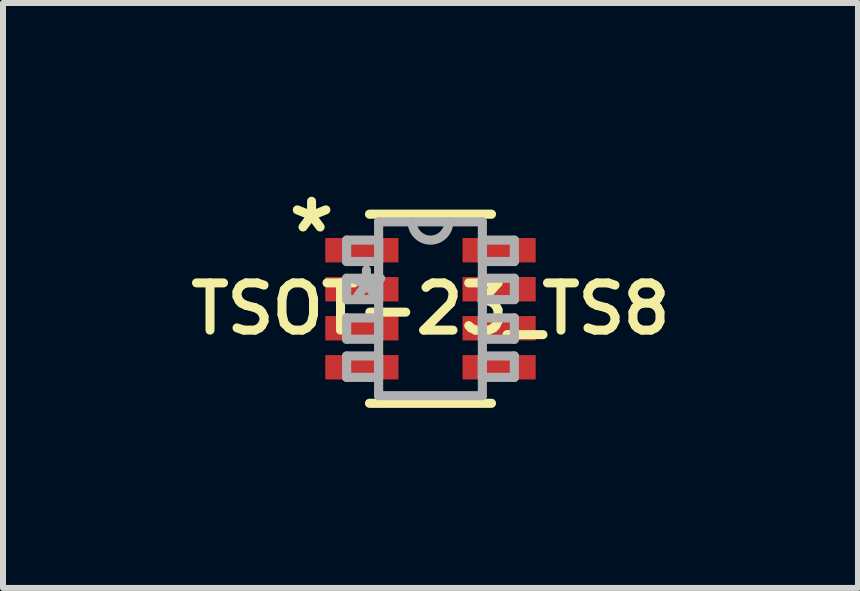
<source format=kicad_pcb>
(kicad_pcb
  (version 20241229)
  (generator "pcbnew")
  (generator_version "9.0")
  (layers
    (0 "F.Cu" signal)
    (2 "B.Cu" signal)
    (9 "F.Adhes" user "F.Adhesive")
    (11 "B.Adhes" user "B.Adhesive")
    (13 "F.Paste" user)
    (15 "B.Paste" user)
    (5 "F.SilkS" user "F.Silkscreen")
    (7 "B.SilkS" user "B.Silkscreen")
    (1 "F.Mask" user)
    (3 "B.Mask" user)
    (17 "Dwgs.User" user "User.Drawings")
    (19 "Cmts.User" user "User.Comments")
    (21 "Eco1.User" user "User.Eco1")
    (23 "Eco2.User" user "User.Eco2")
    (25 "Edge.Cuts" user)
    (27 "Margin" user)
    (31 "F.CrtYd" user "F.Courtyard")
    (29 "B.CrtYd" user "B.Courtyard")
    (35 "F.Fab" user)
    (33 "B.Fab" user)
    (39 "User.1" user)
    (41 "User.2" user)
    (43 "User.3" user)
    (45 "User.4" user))
  (footprint "TSOT-23_TS8"
    (layer "F.Cu")
    (at 4.121 2.093)
    (property "Reference" "TSOT-23_TS8" (at 0 0 0) (layer "F.SilkS") (effects (font (size 0.787 0.787) (thickness 0.15))))
    (attr through_hole)
    (fp_line (start -1.016 1.575) (end 1.016 1.575) (stroke (width 0.152) (type solid)) (layer "F.SilkS"))
    (fp_line (start 1.016 -1.575) (end -1.016 -1.575) (stroke (width 0.152) (type solid)) (layer "F.SilkS"))
    (fp_line (start -1.397 -1.143) (end -1.397 -0.787) (stroke (width 0.152) (type solid)) (layer "F.Fab"))
    (fp_line (start -1.397 -0.787) (end -0.864 -0.787) (stroke (width 0.152) (type solid)) (layer "F.Fab"))
    (fp_line (start -1.397 -0.508) (end -1.397 -0.152) (stroke (width 0.152) (type solid)) (layer "F.Fab"))
    (fp_line (start -1.397 -0.152) (end -0.864 -0.152) (stroke (width 0.152) (type solid)) (layer "F.Fab"))
    (fp_line (start -1.397 0.152) (end -1.397 0.508) (stroke (width 0.152) (type solid)) (layer "F.Fab"))
    (fp_line (start -1.397 0.508) (end -0.864 0.508) (stroke (width 0.152) (type solid)) (layer "F.Fab"))
    (fp_line (start -1.397 0.787) (end -1.397 1.143) (stroke (width 0.152) (type solid)) (layer "F.Fab"))
    (fp_line (start -1.397 1.143) (end -0.864 1.143) (stroke (width 0.152) (type solid)) (layer "F.Fab"))
    (fp_line (start -0.864 -1.448) (end -0.864 1.448) (stroke (width 0.152) (type solid)) (layer "F.Fab"))
    (fp_line (start -0.864 -1.143) (end -1.397 -1.143) (stroke (width 0.152) (type solid)) (layer "F.Fab"))
    (fp_line (start -0.864 -0.787) (end -0.864 -1.143) (stroke (width 0.152) (type solid)) (layer "F.Fab"))
    (fp_line (start -0.864 -0.508) (end -1.397 -0.508) (stroke (width 0.152) (type solid)) (layer "F.Fab"))
    (fp_line (start -0.864 -0.152) (end -0.864 -0.508) (stroke (width 0.152) (type solid)) (layer "F.Fab"))
    (fp_line (start -0.864 0.152) (end -1.397 0.152) (stroke (width 0.152) (type solid)) (layer "F.Fab"))
    (fp_line (start -0.864 0.508) (end -0.864 0.152) (stroke (width 0.152) (type solid)) (layer "F.Fab"))
    (fp_line (start -0.864 0.787) (end -1.397 0.787) (stroke (width 0.152) (type solid)) (layer "F.Fab"))
    (fp_line (start -0.864 1.143) (end -0.864 0.787) (stroke (width 0.152) (type solid)) (layer "F.Fab"))
    (fp_line (start -0.864 1.448) (end 0.864 1.448) (stroke (width 0.152) (type solid)) (layer "F.Fab"))
    (fp_line (start -0.305 -1.448) (end -0.864 -1.448) (stroke (width 0.152) (type solid)) (layer "F.Fab"))
    (fp_line (start 0.305 -1.448) (end -0.305 -1.448) (stroke (width 0.152) (type solid)) (layer "F.Fab"))
    (fp_line (start 0.864 -1.448) (end 0.305 -1.448) (stroke (width 0.152) (type solid)) (layer "F.Fab"))
    (fp_line (start 0.864 -1.143) (end 0.864 -0.787) (stroke (width 0.152) (type solid)) (layer "F.Fab"))
    (fp_line (start 0.864 -0.787) (end 1.397 -0.787) (stroke (width 0.152) (type solid)) (layer "F.Fab"))
    (fp_line (start 0.864 -0.508) (end 0.864 -0.152) (stroke (width 0.152) (type solid)) (layer "F.Fab"))
    (fp_line (start 0.864 -0.152) (end 1.397 -0.152) (stroke (width 0.152) (type solid)) (layer "F.Fab"))
    (fp_line (start 0.864 0.152) (end 0.864 0.508) (stroke (width 0.152) (type solid)) (layer "F.Fab"))
    (fp_line (start 0.864 0.508) (end 1.397 0.508) (stroke (width 0.152) (type solid)) (layer "F.Fab"))
    (fp_line (start 0.864 0.787) (end 0.864 1.143) (stroke (width 0.152) (type solid)) (layer "F.Fab"))
    (fp_line (start 0.864 1.143) (end 1.397 1.143) (stroke (width 0.152) (type solid)) (layer "F.Fab"))
    (fp_line (start 0.864 1.448) (end 0.864 -1.448) (stroke (width 0.152) (type solid)) (layer "F.Fab"))
    (fp_line (start 1.397 -1.143) (end 0.864 -1.143) (stroke (width 0.152) (type solid)) (layer "F.Fab"))
    (fp_line (start 1.397 -0.787) (end 1.397 -1.143) (stroke (width 0.152) (type solid)) (layer "F.Fab"))
    (fp_line (start 1.397 -0.508) (end 0.864 -0.508) (stroke (width 0.152) (type solid)) (layer "F.Fab"))
    (fp_line (start 1.397 -0.152) (end 1.397 -0.508) (stroke (width 0.152) (type solid)) (layer "F.Fab"))
    (fp_line (start 1.397 0.152) (end 0.864 0.152) (stroke (width 0.152) (type solid)) (layer "F.Fab"))
    (fp_line (start 1.397 0.508) (end 1.397 0.152) (stroke (width 0.152) (type solid)) (layer "F.Fab"))
    (fp_line (start 1.397 0.787) (end 0.864 0.787) (stroke (width 0.152) (type solid)) (layer "F.Fab"))
    (fp_line (start 1.397 1.143) (end 1.397 0.787) (stroke (width 0.152) (type solid)) (layer "F.Fab"))
    (fp_arc (start 0.3048 -1.4478) (mid 0 -1.143) (end -0.3048 -1.4478) (stroke (width 0.1524) (type solid)) (layer "F.Fab"))
    (fp_text user "*" (at -1.981 -1.245 0) (layer "F.SilkS") (effects (font (size 1 1) (thickness 0.15))))
    (fp_text user "*" (at -1.067 -0.102 0) (layer "F.Fab") (effects (font (size 1 1) (thickness 0.15))))
    (pad "1" smd rect (at -1.143 -0.975) (size 1.219 0.406) (layers "F.Cu" "F.Mask" "F.Paste"))
    (pad "2" smd rect (at -1.143 -0.325) (size 1.219 0.406) (layers "F.Cu" "F.Mask" "F.Paste"))
    (pad "3" smd rect (at -1.143 0.325) (size 1.219 0.406) (layers "F.Cu" "F.Mask" "F.Paste"))
    (pad "4" smd rect (at -1.143 0.975) (size 1.219 0.406) (layers "F.Cu" "F.Mask" "F.Paste"))
    (pad "5" smd rect (at 1.143 0.975) (size 1.219 0.406) (layers "F.Cu" "F.Mask" "F.Paste"))
    (pad "6" smd rect (at 1.143 0.325) (size 1.219 0.406) (layers "F.Cu" "F.Mask" "F.Paste"))
    (pad "7" smd rect (at 1.143 -0.325) (size 1.219 0.406) (layers "F.Cu" "F.Mask" "F.Paste"))
    (pad "8" smd rect (at 1.143 -0.975) (size 1.219 0.406) (layers "F.Cu" "F.Mask" "F.Paste")))
  (gr_rect
    (start -3 -3)
    (end 11.242 6.744)
    (stroke (width 0.1) (type default))
    (fill no)
    (layer "Edge.Cuts")))
</source>
